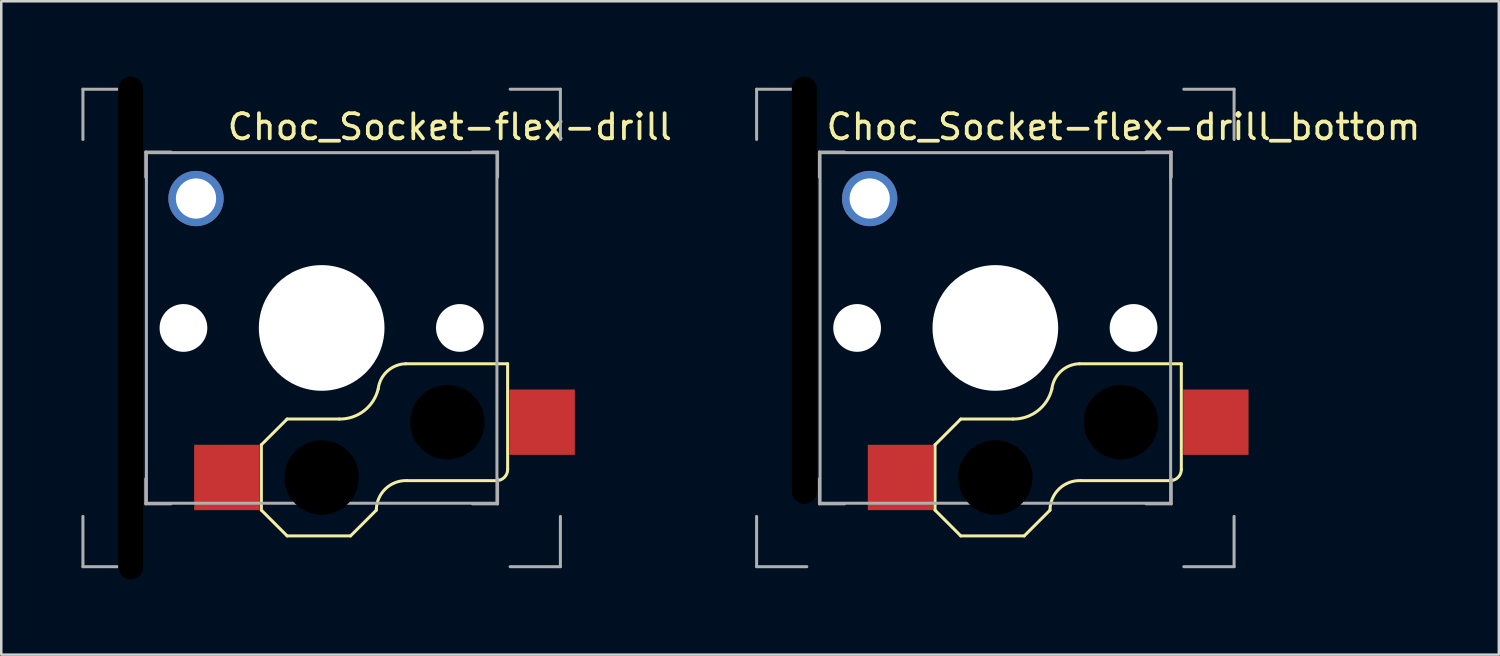
<source format=kicad_pcb>
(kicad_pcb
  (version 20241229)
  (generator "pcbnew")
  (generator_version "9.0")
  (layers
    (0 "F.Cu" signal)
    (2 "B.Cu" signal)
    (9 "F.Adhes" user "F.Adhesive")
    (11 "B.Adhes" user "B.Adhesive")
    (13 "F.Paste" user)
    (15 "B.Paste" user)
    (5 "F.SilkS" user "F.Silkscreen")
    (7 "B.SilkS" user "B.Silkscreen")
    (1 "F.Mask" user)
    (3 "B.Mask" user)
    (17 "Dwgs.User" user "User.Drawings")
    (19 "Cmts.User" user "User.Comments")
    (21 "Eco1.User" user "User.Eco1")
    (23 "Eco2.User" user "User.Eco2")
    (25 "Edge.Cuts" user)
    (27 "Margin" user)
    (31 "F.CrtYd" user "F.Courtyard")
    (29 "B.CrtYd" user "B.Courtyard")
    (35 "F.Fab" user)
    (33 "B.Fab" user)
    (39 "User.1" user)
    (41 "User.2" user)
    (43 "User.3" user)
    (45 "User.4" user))
  (footprint "Choc_Socket-flex-drill_bottom"
    (layer "F.Cu")
    (at 27.058 0.5)
    (property "Reference" "Choc_Socket-flex-drill_bottom" (at 14.6 1.5 0) (layer "F.SilkS") (effects (font (size 1 1) (thickness 0.15))))
    (attr through_hole)
    (fp_line (start 7.1 14.15) (end 7.1 16.75) (stroke (width 0.12) (type solid)) (layer "F.SilkS"))
    (fp_line (start 7.1 16.75) (end 8.125 17.775) (stroke (width 0.12) (type solid)) (layer "F.SilkS"))
    (fp_line (start 8.125 13.125) (end 7.1 14.15) (stroke (width 0.12) (type solid)) (layer "F.SilkS"))
    (fp_line (start 8.125 13.125) (end 10.2 13.125) (stroke (width 0.12) (type solid)) (layer "F.SilkS"))
    (fp_line (start 8.125 17.775) (end 10.65 17.775) (stroke (width 0.12) (type solid)) (layer "F.SilkS"))
    (fp_line (start 11.675 16.75) (end 10.65 17.775) (stroke (width 0.12) (type solid)) (layer "F.SilkS"))
    (fp_line (start 12.9 15.575) (end 16.45 15.575) (stroke (width 0.12) (type solid)) (layer "F.SilkS"))
    (fp_line (start 16.9 10.925) (end 12.85 10.925) (stroke (width 0.12) (type solid)) (layer "F.SilkS"))
    (fp_line (start 16.9 10.925) (end 16.901 15.125) (stroke (width 0.12) (type solid)) (layer "F.SilkS"))
    (fp_arc (start 11.675 16.75) (mid 12.038243 15.902636) (end 12.9 15.575) (stroke (width 0.12) (type solid)) (layer "F.SilkS"))
    (fp_arc (start 11.75 11.925) (mid 11.185967 12.797499) (end 10.2 13.125) (stroke (width 0.12) (type solid)) (layer "F.SilkS"))
    (fp_arc (start 11.75 11.925) (mid 12.11384 11.220224) (end 12.85 10.925) (stroke (width 0.12) (type solid)) (layer "F.SilkS"))
    (fp_arc (start 16.901028 15.125) (mid 16.770841 15.445544) (end 16.45 15.575) (stroke (width 0.12) (type solid)) (layer "F.SilkS"))
    (fp_line (start 0 0) (end 0 2) (stroke (width 0.12) (type solid)) (layer "F.Fab"))
    (fp_line (start 0 0) (end 2 0) (stroke (width 0.12) (type solid)) (layer "F.Fab"))
    (fp_line (start 0 19) (end 0 17) (stroke (width 0.12) (type solid)) (layer "F.Fab"))
    (fp_line (start 2 19) (end 0 19) (stroke (width 0.12) (type solid)) (layer "F.Fab"))
    (fp_line (start 2.5 2.5) (end 3.5 2.5) (stroke (width 0.12) (type solid)) (layer "F.Fab"))
    (fp_line (start 2.5 3.5) (end 2.5 2.5) (stroke (width 0.12) (type solid)) (layer "F.Fab"))
    (fp_line (start 2.5 15.5) (end 2.5 16.5) (stroke (width 0.12) (type solid)) (layer "F.Fab"))
    (fp_line (start 2.5 16.5) (end 3.5 16.5) (stroke (width 0.12) (type solid)) (layer "F.Fab"))
    (fp_line (start 2.525 2.525) (end 2.525 16.475) (stroke (width 0.12) (type solid)) (layer "F.Fab"))
    (fp_line (start 2.525 16.475) (end 16.475 16.475) (stroke (width 0.12) (type solid)) (layer "F.Fab"))
    (fp_line (start 15.5 2.5) (end 16.5 2.5) (stroke (width 0.12) (type solid)) (layer "F.Fab"))
    (fp_line (start 16.475 2.525) (end 2.525 2.525) (stroke (width 0.12) (type solid)) (layer "F.Fab"))
    (fp_line (start 16.475 16.475) (end 16.475 2.525) (stroke (width 0.12) (type solid)) (layer "F.Fab"))
    (fp_line (start 16.5 2.5) (end 16.5 3.5) (stroke (width 0.12) (type solid)) (layer "F.Fab"))
    (fp_line (start 16.5 16.5) (end 15.5 16.5) (stroke (width 0.12) (type solid)) (layer "F.Fab"))
    (fp_line (start 16.5 16.5) (end 16.5 15.5) (stroke (width 0.12) (type solid)) (layer "F.Fab"))
    (fp_line (start 17 0) (end 19 0) (stroke (width 0.12) (type solid)) (layer "F.Fab"))
    (fp_line (start 19 0) (end 19 2) (stroke (width 0.12) (type solid)) (layer "F.Fab"))
    (fp_line (start 19 17) (end 19 19) (stroke (width 0.12) (type solid)) (layer "F.Fab"))
    (fp_line (start 19 19) (end 17 19) (stroke (width 0.12) (type solid)) (layer "F.Fab"))
    (fp_line (start 4 10.55) (end 7.05 10.55) (stroke (width 0.1) (type default)) (layer "User.2"))
    (fp_line (start 4.35 14.05) (end 4.35 16.85) (stroke (width 0.1) (type default)) (layer "User.2"))
    (fp_line (start 7 14.05) (end 4.35 14.05) (stroke (width 0.1) (type default)) (layer "User.2"))
    (fp_line (start 7 14.05) (end 8.05 13) (stroke (width 0.1) (type default)) (layer "User.2"))
    (fp_line (start 7 16.85) (end 4.35 16.85) (stroke (width 0.1) (type default)) (layer "User.2"))
    (fp_line (start 7.1 8.451) (end 4 8.45) (stroke (width 0.1) (type default)) (layer "User.2"))
    (fp_line (start 8.05 13) (end 8.25 13) (stroke (width 0.1) (type default)) (layer "User.2"))
    (fp_line (start 8.05 17.9) (end 7 16.85) (stroke (width 0.1) (type default)) (layer "User.2"))
    (fp_line (start 8.05 17.9) (end 10.7 17.9) (stroke (width 0.1) (type default)) (layer "User.2"))
    (fp_line (start 8.25 13) (end 8.25 11.853) (stroke (width 0.1) (type default)) (layer "User.2"))
    (fp_line (start 10.7 17.9) (end 11.8 16.8) (stroke (width 0.1) (type default)) (layer "User.2"))
    (fp_line (start 12.9 15.7) (end 17.05 15.7) (stroke (width 0.1) (type default)) (layer "User.2"))
    (fp_line (start 15 8.45) (end 11.9 8.45) (stroke (width 0.1) (type default)) (layer "User.2"))
    (fp_line (start 16.05 10.8) (end 16.05 9.5) (stroke (width 0.1) (type default)) (layer "User.2"))
    (fp_line (start 17.05 10.8) (end 16.05 10.8) (stroke (width 0.1) (type default)) (layer "User.2"))
    (fp_line (start 17.05 11.85) (end 17.05 10.8) (stroke (width 0.1) (type default)) (layer "User.2"))
    (fp_line (start 17.05 11.85) (end 19.65 11.85) (stroke (width 0.1) (type default)) (layer "User.2"))
    (fp_line (start 17.05 14.65) (end 17.05 15.7) (stroke (width 0.1) (type default)) (layer "User.2"))
    (fp_line (start 17.05 14.65) (end 19.65 14.65) (stroke (width 0.1) (type default)) (layer "User.2"))
    (fp_line (start 19.65 14.65) (end 19.65 11.85) (stroke (width 0.1) (type default)) (layer "User.2"))
    (fp_arc (start 4 10.55) (mid 2.95 9.5) (end 4 8.45) (stroke (width 0.1) (type default)) (layer "User.2"))
    (fp_arc (start 7.100001 8.450001) (mid 9.5 6.880364) (end 11.899999 8.450001) (stroke (width 0.1) (type default)) (layer "User.2"))
    (fp_arc (start 8.25 11.853313) (mid 7.538888 11.304057) (end 7.050762 10.549674) (stroke (width 0.1) (type default)) (layer "User.2"))
    (fp_arc (start 11.8 16.8) (mid 12.122183 16.022183) (end 12.9 15.7) (stroke (width 0.1) (type default)) (layer "User.2"))
    (fp_arc (start 15 8.45) (mid 15.742462 8.757538) (end 16.05 9.5) (stroke (width 0.1) (type default)) (layer "User.2"))
    (fp_circle (center 4.5 4.35) (end 5.35 4.35) (stroke (width 0.1) (type default)) (fill no) (layer "User.2"))
    (fp_circle (center 4 9.5) (end 5 9.5) (stroke (width 0.1) (type default)) (fill no) (layer "User.3"))
    (fp_circle (center 4.5 4.35) (end 5.35 4.35) (stroke (width 0.1) (type default)) (fill no) (layer "User.3"))
    (fp_circle (center 9.5 9.5) (end 12.05 9.45) (stroke (width 0.1) (type default)) (fill no) (layer "User.3"))
    (fp_circle (center 9.5 15.45) (end 11.05 15.45) (stroke (width 0.1) (type default)) (fill no) (layer "User.3"))
    (fp_circle (center 14.5 13.25) (end 16.05 13.25) (stroke (width 0.1) (type default)) (fill no) (layer "User.3"))
    (fp_circle (center 15 9.5) (end 14 9.5) (stroke (width 0.1) (type default)) (fill no) (layer "User.3"))
    (pad "" np_thru_hole oval (at 1.9 8) (size 1 17) (drill oval 1 17) (layers "*.Mask"))
    (pad "" np_thru_hole circle (at 4 9.5 90) (size 1.9 1.9) (drill 1.9) (layers "*.Cu" "*.Mask"))
    (pad "" thru_hole circle (at 4.5 4.35 90) (size 2.2 2.2) (drill 1.6) (layers "*.Cu" "*.Mask"))
    (pad "" np_thru_hole circle (at 9.5 9.5 90) (size 5 5) (drill 5) (layers "*.Cu" "*.Mask"))
    (pad "" np_thru_hole circle (at 9.5 15.45) (size 2.96 2.96) (drill 2.96) (layers "*.Mask"))
    (pad "" np_thru_hole circle (at 14.5 13.25) (size 2.96 2.96) (drill 2.96) (layers "*.Mask"))
    (pad "" np_thru_hole circle (at 15 9.5 90) (size 1.9 1.9) (drill 1.9) (layers "*.Cu" "*.Mask"))
    (pad "1" smd rect (at 18.275 13.25) (size 2.6 2.6) (layers "F.Cu" "F.Mask" "F.Paste"))
    (pad "2" smd rect (at 5.725 15.45) (size 2.6 2.6) (layers "F.Cu" "F.Mask" "F.Paste")))
  (footprint "Choc_Socket-flex-drill"
    (layer "F.Cu")
    (at 0.25 0.5)
    (property "Reference" "Choc_Socket-flex-drill" (at 14.6 1.5 0) (layer "F.SilkS") (effects (font (size 1 1) (thickness 0.15))))
    (attr through_hole)
    (fp_line (start 7.1 14.15) (end 7.1 16.75) (stroke (width 0.12) (type solid)) (layer "F.SilkS"))
    (fp_line (start 7.1 16.75) (end 8.125 17.775) (stroke (width 0.12) (type solid)) (layer "F.SilkS"))
    (fp_line (start 8.125 13.125) (end 7.1 14.15) (stroke (width 0.12) (type solid)) (layer "F.SilkS"))
    (fp_line (start 8.125 13.125) (end 10.2 13.125) (stroke (width 0.12) (type solid)) (layer "F.SilkS"))
    (fp_line (start 8.125 17.775) (end 10.65 17.775) (stroke (width 0.12) (type solid)) (layer "F.SilkS"))
    (fp_line (start 11.675 16.75) (end 10.65 17.775) (stroke (width 0.12) (type solid)) (layer "F.SilkS"))
    (fp_line (start 12.9 15.575) (end 16.45 15.575) (stroke (width 0.12) (type solid)) (layer "F.SilkS"))
    (fp_line (start 16.9 10.925) (end 12.85 10.925) (stroke (width 0.12) (type solid)) (layer "F.SilkS"))
    (fp_line (start 16.9 10.925) (end 16.901 15.125) (stroke (width 0.12) (type solid)) (layer "F.SilkS"))
    (fp_arc (start 11.675 16.75) (mid 12.038243 15.902636) (end 12.9 15.575) (stroke (width 0.12) (type solid)) (layer "F.SilkS"))
    (fp_arc (start 11.75 11.925) (mid 11.185967 12.797499) (end 10.2 13.125) (stroke (width 0.12) (type solid)) (layer "F.SilkS"))
    (fp_arc (start 11.75 11.925) (mid 12.11384 11.220224) (end 12.85 10.925) (stroke (width 0.12) (type solid)) (layer "F.SilkS"))
    (fp_arc (start 16.901028 15.125) (mid 16.770841 15.445544) (end 16.45 15.575) (stroke (width 0.12) (type solid)) (layer "F.SilkS"))
    (fp_line (start 0 0) (end 0 2) (stroke (width 0.12) (type solid)) (layer "F.Fab"))
    (fp_line (start 0 0) (end 2 0) (stroke (width 0.12) (type solid)) (layer "F.Fab"))
    (fp_line (start 0 19) (end 0 17) (stroke (width 0.12) (type solid)) (layer "F.Fab"))
    (fp_line (start 2 19) (end 0 19) (stroke (width 0.12) (type solid)) (layer "F.Fab"))
    (fp_line (start 2.5 2.5) (end 3.5 2.5) (stroke (width 0.12) (type solid)) (layer "F.Fab"))
    (fp_line (start 2.5 3.5) (end 2.5 2.5) (stroke (width 0.12) (type solid)) (layer "F.Fab"))
    (fp_line (start 2.5 15.5) (end 2.5 16.5) (stroke (width 0.12) (type solid)) (layer "F.Fab"))
    (fp_line (start 2.5 16.5) (end 3.5 16.5) (stroke (width 0.12) (type solid)) (layer "F.Fab"))
    (fp_line (start 2.525 2.525) (end 2.525 16.475) (stroke (width 0.12) (type solid)) (layer "F.Fab"))
    (fp_line (start 2.525 16.475) (end 16.475 16.475) (stroke (width 0.12) (type solid)) (layer "F.Fab"))
    (fp_line (start 15.5 2.5) (end 16.5 2.5) (stroke (width 0.12) (type solid)) (layer "F.Fab"))
    (fp_line (start 16.475 2.525) (end 2.525 2.525) (stroke (width 0.12) (type solid)) (layer "F.Fab"))
    (fp_line (start 16.475 16.475) (end 16.475 2.525) (stroke (width 0.12) (type solid)) (layer "F.Fab"))
    (fp_line (start 16.5 2.5) (end 16.5 3.5) (stroke (width 0.12) (type solid)) (layer "F.Fab"))
    (fp_line (start 16.5 16.5) (end 15.5 16.5) (stroke (width 0.12) (type solid)) (layer "F.Fab"))
    (fp_line (start 16.5 16.5) (end 16.5 15.5) (stroke (width 0.12) (type solid)) (layer "F.Fab"))
    (fp_line (start 17 0) (end 19 0) (stroke (width 0.12) (type solid)) (layer "F.Fab"))
    (fp_line (start 19 0) (end 19 2) (stroke (width 0.12) (type solid)) (layer "F.Fab"))
    (fp_line (start 19 17) (end 19 19) (stroke (width 0.12) (type solid)) (layer "F.Fab"))
    (fp_line (start 19 19) (end 17 19) (stroke (width 0.12) (type solid)) (layer "F.Fab"))
    (fp_line (start 4 10.55) (end 7.05 10.55) (stroke (width 0.1) (type default)) (layer "User.2"))
    (fp_line (start 4.35 14.05) (end 4.35 16.85) (stroke (width 0.1) (type default)) (layer "User.2"))
    (fp_line (start 7 14.05) (end 4.35 14.05) (stroke (width 0.1) (type default)) (layer "User.2"))
    (fp_line (start 7 14.05) (end 8.05 13) (stroke (width 0.1) (type default)) (layer "User.2"))
    (fp_line (start 7 16.85) (end 4.35 16.85) (stroke (width 0.1) (type default)) (layer "User.2"))
    (fp_line (start 7.1 8.451) (end 4 8.45) (stroke (width 0.1) (type default)) (layer "User.2"))
    (fp_line (start 8.05 13) (end 8.25 13) (stroke (width 0.1) (type default)) (layer "User.2"))
    (fp_line (start 8.05 17.9) (end 7 16.85) (stroke (width 0.1) (type default)) (layer "User.2"))
    (fp_line (start 8.05 17.9) (end 10.7 17.9) (stroke (width 0.1) (type default)) (layer "User.2"))
    (fp_line (start 8.25 13) (end 8.25 11.853) (stroke (width 0.1) (type default)) (layer "User.2"))
    (fp_line (start 10.7 17.9) (end 11.8 16.8) (stroke (width 0.1) (type default)) (layer "User.2"))
    (fp_line (start 12.9 15.7) (end 17.05 15.7) (stroke (width 0.1) (type default)) (layer "User.2"))
    (fp_line (start 15 8.45) (end 11.9 8.45) (stroke (width 0.1) (type default)) (layer "User.2"))
    (fp_line (start 16.05 10.8) (end 16.05 9.5) (stroke (width 0.1) (type default)) (layer "User.2"))
    (fp_line (start 17.05 10.8) (end 16.05 10.8) (stroke (width 0.1) (type default)) (layer "User.2"))
    (fp_line (start 17.05 11.85) (end 17.05 10.8) (stroke (width 0.1) (type default)) (layer "User.2"))
    (fp_line (start 17.05 11.85) (end 19.65 11.85) (stroke (width 0.1) (type default)) (layer "User.2"))
    (fp_line (start 17.05 14.65) (end 17.05 15.7) (stroke (width 0.1) (type default)) (layer "User.2"))
    (fp_line (start 17.05 14.65) (end 19.65 14.65) (stroke (width 0.1) (type default)) (layer "User.2"))
    (fp_line (start 19.65 14.65) (end 19.65 11.85) (stroke (width 0.1) (type default)) (layer "User.2"))
    (fp_arc (start 4 10.55) (mid 2.95 9.5) (end 4 8.45) (stroke (width 0.1) (type default)) (layer "User.2"))
    (fp_arc (start 7.100001 8.450001) (mid 9.5 6.880364) (end 11.899999 8.450001) (stroke (width 0.1) (type default)) (layer "User.2"))
    (fp_arc (start 8.25 11.853313) (mid 7.538888 11.304057) (end 7.050762 10.549674) (stroke (width 0.1) (type default)) (layer "User.2"))
    (fp_arc (start 11.8 16.8) (mid 12.122183 16.022183) (end 12.9 15.7) (stroke (width 0.1) (type default)) (layer "User.2"))
    (fp_arc (start 15 8.45) (mid 15.742462 8.757538) (end 16.05 9.5) (stroke (width 0.1) (type default)) (layer "User.2"))
    (fp_circle (center 4.5 4.35) (end 5.35 4.35) (stroke (width 0.1) (type default)) (fill no) (layer "User.2"))
    (fp_circle (center 4 9.5) (end 5 9.5) (stroke (width 0.1) (type default)) (fill no) (layer "User.3"))
    (fp_circle (center 4.5 4.35) (end 5.35 4.35) (stroke (width 0.1) (type default)) (fill no) (layer "User.3"))
    (fp_circle (center 9.5 9.5) (end 12.05 9.45) (stroke (width 0.1) (type default)) (fill no) (layer "User.3"))
    (fp_circle (center 9.5 15.45) (end 11.05 15.45) (stroke (width 0.1) (type default)) (fill no) (layer "User.3"))
    (fp_circle (center 14.5 13.25) (end 16.05 13.25) (stroke (width 0.1) (type default)) (fill no) (layer "User.3"))
    (fp_circle (center 15 9.5) (end 14 9.5) (stroke (width 0.1) (type default)) (fill no) (layer "User.3"))
    (pad "" np_thru_hole oval (at 1.9 9.5) (size 1 20) (drill oval 1 20) (layers "*.Mask"))
    (pad "" np_thru_hole circle (at 4 9.5 90) (size 1.9 1.9) (drill 1.9) (layers "*.Cu" "*.Mask"))
    (pad "" thru_hole circle (at 4.5 4.35 90) (size 2.2 2.2) (drill 1.6) (layers "*.Cu" "*.Mask"))
    (pad "" np_thru_hole circle (at 9.5 9.5 90) (size 5 5) (drill 5) (layers "*.Cu" "*.Mask"))
    (pad "" np_thru_hole circle (at 9.5 15.45) (size 2.96 2.96) (drill 2.96) (layers "*.Mask"))
    (pad "" np_thru_hole circle (at 14.5 13.25) (size 2.96 2.96) (drill 2.96) (layers "*.Mask"))
    (pad "" np_thru_hole circle (at 15 9.5 90) (size 1.9 1.9) (drill 1.9) (layers "*.Cu" "*.Mask"))
    (pad "1" smd rect (at 18.275 13.25) (size 2.6 2.6) (layers "F.Cu" "F.Mask" "F.Paste"))
    (pad "2" smd rect (at 5.725 15.45) (size 2.6 2.6) (layers "F.Cu" "F.Mask" "F.Paste")))
  (gr_rect
    (start -3 -3)
    (end 56.593 23)
    (stroke (width 0.1) (type default))
    (fill no)
    (layer "Edge.Cuts")))
</source>
